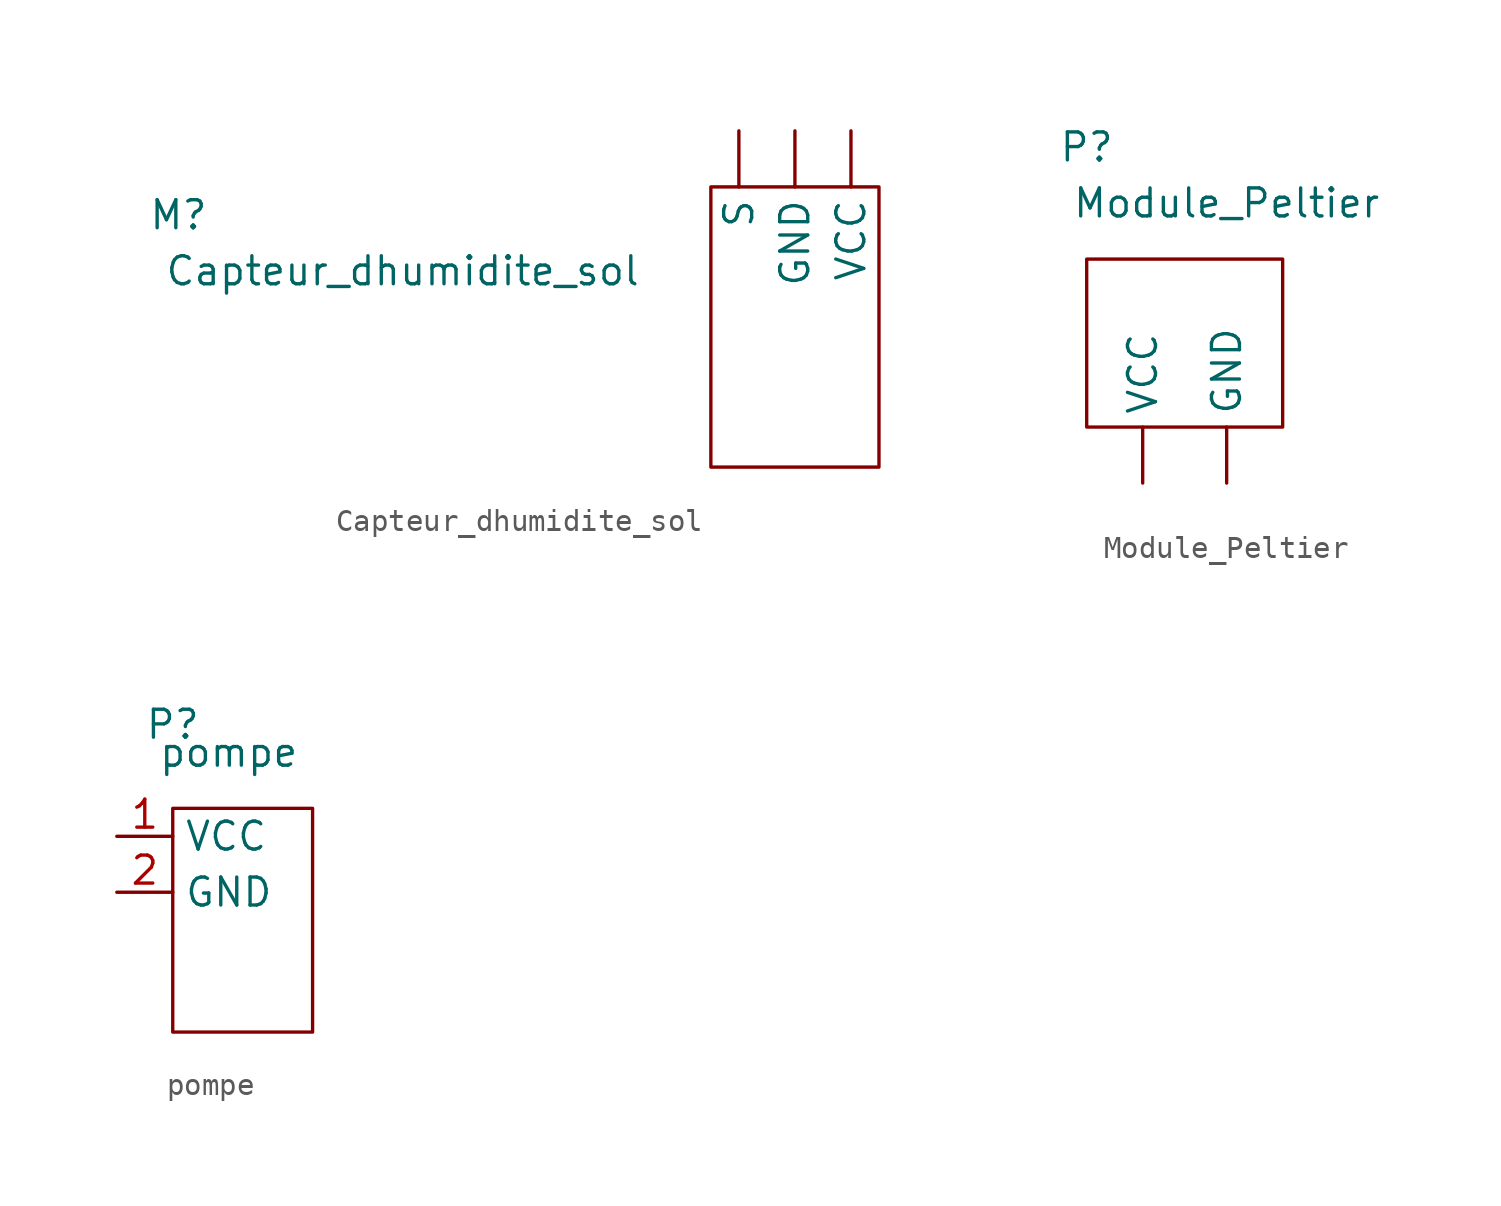
<source format=kicad_sym>
(kicad_symbol_lib
  (version 20211014)
  (generator kicad_symbol_editor)
  (symbol "Capteur_dhumidite_sol"
    (pin_numbers hide)
    (property "Reference" "M"
      (at -24.13 -6.35 0)
      (effects (font (size 1.27 1.27))))
    (property "Value" "Capteur_dhumidite_sol"
      (at -13.97 -8.89 0)
      (effects (font (size 1.27 1.27))))
    (symbol "Capteur_dhumidite_sol_0_1"
      (rectangle (start 0 -5.08) (end 7.62 -17.78) (stroke (width 0) (type default) (color 0 0 0 0)) (fill (type none))))
    (symbol "Capteur_dhumidite_sol_1_1"
      (pin output line (at 3.81 -2.54 270) (length 2.54) (name "GND" (effects (font (size 1.27 1.27)))) (number "" (effects (font (size 1.27 1.27)))))
      (pin output line (at 1.27 -2.54 270) (length 2.54) (name "S" (effects (font (size 1.27 1.27)))) (number "" (effects (font (size 1.27 1.27)))))
      (pin input line (at 6.35 -2.54 270) (length 2.54) (name "VCC" (effects (font (size 1.27 1.27)))) (number "" (effects (font (size 1.27 1.27)))))))
  (symbol "Module_Peltier"
    (property "Reference" "P"
      (at 1.27 3.81 0)
      (effects (font (size 1.27 1.27))))
    (property "Value" "Module_Peltier"
      (at 7.62 1.27 0)
      (effects (font (size 1.27 1.27))))
    (symbol "Module_Peltier_0_1"
      (rectangle (start 1.27 -1.27) (end 10.16 -8.89) (stroke (width 0) (type default) (color 0 0 0 0)) (fill (type none))))
    (symbol "Module_Peltier_1_1"
      (pin bidirectional line (at 7.62 -11.43 90) (length 2.54) (name "GND" (effects (font (size 1.27 1.27)))) (number "" (effects (font (size 1.27 1.27)))))
      (pin bidirectional line (at 3.81 -11.43 90) (length 2.54) (name "VCC" (effects (font (size 1.27 1.27)))) (number "" (effects (font (size 1.27 1.27)))))))
  (symbol "pompe"
    (property "Reference" "P"
      (at 0 0 0)
      (effects (font (size 1.27 1.27))))
    (property "Value" "pompe"
      (at 2.54 -1.27 0)
      (effects (font (size 1.27 1.27))))
    (symbol "pompe_0_1"
      (rectangle (start 0 -3.81) (end 6.35 -13.97) (stroke (width 0) (type default) (color 0 0 0 0)) (fill (type none))))
    (symbol "pompe_1_1"
      (pin input line (at -2.54 -5.08 0) (length 2.54) (name "VCC" (effects (font (size 1.27 1.27)))) (number "1" (effects (font (size 1.27 1.27)))))
      (pin output line (at -2.54 -7.62 0) (length 2.54) (name "GND" (effects (font (size 1.27 1.27)))) (number "2" (effects (font (size 1.27 1.27))))))))
</source>
